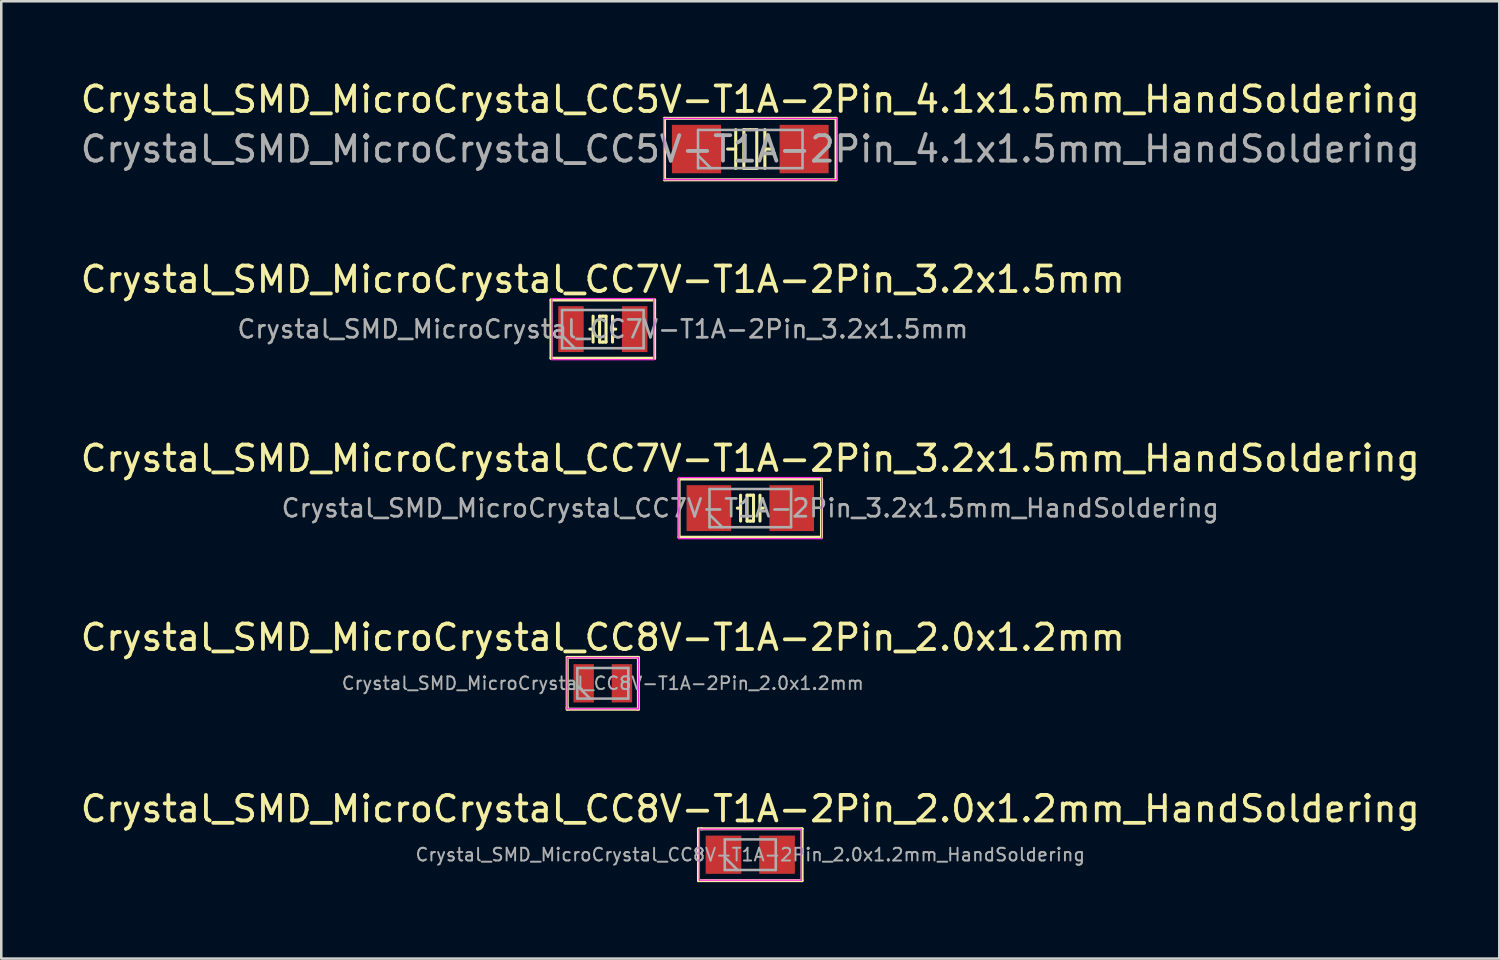
<source format=kicad_pcb>
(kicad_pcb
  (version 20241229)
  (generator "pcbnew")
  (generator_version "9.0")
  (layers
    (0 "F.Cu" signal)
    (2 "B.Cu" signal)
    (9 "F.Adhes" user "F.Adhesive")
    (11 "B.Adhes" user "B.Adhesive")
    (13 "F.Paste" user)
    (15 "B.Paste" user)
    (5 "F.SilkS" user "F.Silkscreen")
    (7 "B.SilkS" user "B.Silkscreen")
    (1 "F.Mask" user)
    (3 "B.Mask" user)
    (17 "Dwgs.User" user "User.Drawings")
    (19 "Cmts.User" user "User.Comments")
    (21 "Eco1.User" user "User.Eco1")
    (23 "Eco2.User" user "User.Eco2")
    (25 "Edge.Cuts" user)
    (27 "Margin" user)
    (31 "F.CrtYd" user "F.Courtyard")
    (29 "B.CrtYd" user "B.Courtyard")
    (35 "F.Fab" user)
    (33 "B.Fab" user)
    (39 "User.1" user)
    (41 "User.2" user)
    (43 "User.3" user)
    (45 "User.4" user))
  (footprint "Crystal_SMD_MicroCrystal_CC7V-T1A-2Pin_3.2x1.5mm_HandSoldering"
    (layer "F.Cu")
    (at 26.387 16.886)
    (property "Reference" "Crystal_SMD_MicroCrystal_CC7V-T1A-2Pin_3.2x1.5mm_HandSoldering" (at 0 -1.95 0) (layer "F.SilkS") (effects (font (size 1 1) (thickness 0.15))))
    (attr smd)
    (fp_line (start -2.794 -1.143) (end -2.794 1.143) (stroke (width 0.12) (type solid)) (layer "F.SilkS"))
    (fp_line (start -2.794 1.143) (end 2.794 1.143) (stroke (width 0.12) (type solid)) (layer "F.SilkS"))
    (fp_line (start -0.508 0) (end -0.381 0) (stroke (width 0.12) (type solid)) (layer "F.SilkS"))
    (fp_line (start -0.381 -0.508) (end -0.381 0) (stroke (width 0.12) (type solid)) (layer "F.SilkS"))
    (fp_line (start -0.381 0.508) (end -0.381 0) (stroke (width 0.12) (type solid)) (layer "F.SilkS"))
    (fp_line (start -0.127 -0.508) (end 0 -0.508) (stroke (width 0.12) (type solid)) (layer "F.SilkS"))
    (fp_line (start -0.127 0.508) (end -0.127 -0.508) (stroke (width 0.12) (type solid)) (layer "F.SilkS"))
    (fp_line (start -0.127 0.508) (end 0 0.508) (stroke (width 0.12) (type solid)) (layer "F.SilkS"))
    (fp_line (start 0.127 -0.508) (end 0 -0.508) (stroke (width 0.12) (type solid)) (layer "F.SilkS"))
    (fp_line (start 0.127 -0.508) (end 0.127 0.508) (stroke (width 0.12) (type solid)) (layer "F.SilkS"))
    (fp_line (start 0.127 0.508) (end 0 0.508) (stroke (width 0.12) (type solid)) (layer "F.SilkS"))
    (fp_line (start 0.381 -0.508) (end 0.381 0) (stroke (width 0.12) (type solid)) (layer "F.SilkS"))
    (fp_line (start 0.381 0.508) (end 0.381 0) (stroke (width 0.12) (type solid)) (layer "F.SilkS"))
    (fp_line (start 0.508 0) (end 0.381 0) (stroke (width 0.12) (type solid)) (layer "F.SilkS"))
    (fp_line (start 2.794 -1.143) (end -2.794 -1.143) (stroke (width 0.12) (type solid)) (layer "F.SilkS"))
    (fp_line (start 2.794 1.143) (end 2.794 -1.143) (stroke (width 0.12) (type solid)) (layer "F.SilkS"))
    (fp_line (start -2.8 -1.2) (end -2.8 1.2) (stroke (width 0.05) (type solid)) (layer "F.CrtYd"))
    (fp_line (start -2.8 1.2) (end 2.8 1.2) (stroke (width 0.05) (type solid)) (layer "F.CrtYd"))
    (fp_line (start 2.8 -1.2) (end -2.8 -1.2) (stroke (width 0.05) (type solid)) (layer "F.CrtYd"))
    (fp_line (start 2.8 1.2) (end 2.8 -1.2) (stroke (width 0.05) (type solid)) (layer "F.CrtYd"))
    (fp_line (start -1.6 -0.75) (end -1.6 0.75) (stroke (width 0.1) (type solid)) (layer "F.Fab"))
    (fp_line (start -1.6 0.25) (end -1.1 0.75) (stroke (width 0.1) (type solid)) (layer "F.Fab"))
    (fp_line (start -1.6 0.75) (end 1.6 0.75) (stroke (width 0.1) (type solid)) (layer "F.Fab"))
    (fp_line (start 1.6 -0.75) (end -1.6 -0.75) (stroke (width 0.1) (type solid)) (layer "F.Fab"))
    (fp_line (start 1.6 0.75) (end 1.6 -0.75) (stroke (width 0.1) (type solid)) (layer "F.Fab"))
    (fp_text user "${REFERENCE}" (at 0 0 0) (layer "F.Fab") (effects (font (size 0.7 0.7) (thickness 0.105))))
    (pad "1" smd rect (at -1.625 0) (size 1.75 1.8) (layers "F.Cu" "F.Mask" "F.Paste"))
    (pad "2" smd rect (at 1.625 0) (size 1.75 1.8) (layers "F.Cu" "F.Mask" "F.Paste")))
  (footprint "Crystal_SMD_MicroCrystal_CC7V-T1A-2Pin_3.2x1.5mm"
    (layer "F.Cu")
    (at 20.601 9.863)
    (property "Reference" "Crystal_SMD_MicroCrystal_CC7V-T1A-2Pin_3.2x1.5mm" (at 0 -1.95 0) (layer "F.SilkS") (effects (font (size 1 1) (thickness 0.15))))
    (attr smd)
    (fp_line (start -2.032 -1.143) (end -2.032 1.143) (stroke (width 0.12) (type solid)) (layer "F.SilkS"))
    (fp_line (start -2.032 1.143) (end 2.032 1.143) (stroke (width 0.12) (type solid)) (layer "F.SilkS"))
    (fp_line (start -0.508 0) (end -0.381 0) (stroke (width 0.12) (type solid)) (layer "F.SilkS"))
    (fp_line (start -0.381 -0.508) (end -0.381 0) (stroke (width 0.12) (type solid)) (layer "F.SilkS"))
    (fp_line (start -0.381 0.508) (end -0.381 0) (stroke (width 0.12) (type solid)) (layer "F.SilkS"))
    (fp_line (start -0.127 -0.508) (end 0 -0.508) (stroke (width 0.12) (type solid)) (layer "F.SilkS"))
    (fp_line (start -0.127 0.508) (end -0.127 -0.508) (stroke (width 0.12) (type solid)) (layer "F.SilkS"))
    (fp_line (start -0.127 0.508) (end 0 0.508) (stroke (width 0.12) (type solid)) (layer "F.SilkS"))
    (fp_line (start 0.127 -0.508) (end 0 -0.508) (stroke (width 0.12) (type solid)) (layer "F.SilkS"))
    (fp_line (start 0.127 -0.508) (end 0.127 0.508) (stroke (width 0.12) (type solid)) (layer "F.SilkS"))
    (fp_line (start 0.127 0.508) (end 0 0.508) (stroke (width 0.12) (type solid)) (layer "F.SilkS"))
    (fp_line (start 0.381 -0.508) (end 0.381 0) (stroke (width 0.12) (type solid)) (layer "F.SilkS"))
    (fp_line (start 0.381 0.508) (end 0.381 0) (stroke (width 0.12) (type solid)) (layer "F.SilkS"))
    (fp_line (start 0.508 0) (end 0.381 0) (stroke (width 0.12) (type solid)) (layer "F.SilkS"))
    (fp_line (start 2.032 -1.143) (end -2.032 -1.143) (stroke (width 0.12) (type solid)) (layer "F.SilkS"))
    (fp_line (start 2.032 1.143) (end 2.032 -1.143) (stroke (width 0.12) (type solid)) (layer "F.SilkS"))
    (fp_line (start -2 -1.2) (end -2 1.2) (stroke (width 0.05) (type solid)) (layer "F.CrtYd"))
    (fp_line (start -2 1.2) (end 2 1.2) (stroke (width 0.05) (type solid)) (layer "F.CrtYd"))
    (fp_line (start 2 -1.2) (end -2 -1.2) (stroke (width 0.05) (type solid)) (layer "F.CrtYd"))
    (fp_line (start 2 1.2) (end 2 -1.2) (stroke (width 0.05) (type solid)) (layer "F.CrtYd"))
    (fp_line (start -1.6 -0.75) (end -1.6 0.75) (stroke (width 0.1) (type solid)) (layer "F.Fab"))
    (fp_line (start -1.6 0.25) (end -1.1 0.75) (stroke (width 0.1) (type solid)) (layer "F.Fab"))
    (fp_line (start -1.6 0.75) (end 1.6 0.75) (stroke (width 0.1) (type solid)) (layer "F.Fab"))
    (fp_line (start 1.6 -0.75) (end -1.6 -0.75) (stroke (width 0.1) (type solid)) (layer "F.Fab"))
    (fp_line (start 1.6 0.75) (end 1.6 -0.75) (stroke (width 0.1) (type solid)) (layer "F.Fab"))
    (fp_text user "${REFERENCE}" (at 0 0 0) (layer "F.Fab") (effects (font (size 0.7 0.7) (thickness 0.105))))
    (pad "1" smd rect (at -1.25 0) (size 1 1.8) (layers "F.Cu" "F.Mask" "F.Paste"))
    (pad "2" smd rect (at 1.25 0) (size 1 1.8) (layers "F.Cu" "F.Mask" "F.Paste")))
  (footprint "Crystal_SMD_MicroCrystal_CC5V-T1A-2Pin_4.1x1.5mm_HandSoldering"
    (layer "F.Cu")
    (at 26.387 2.798)
    (property "Reference" "Crystal_SMD_MicroCrystal_CC5V-T1A-2Pin_4.1x1.5mm_HandSoldering" (at 0 -1.95 0) (layer "F.SilkS") (effects (font (size 1 1) (thickness 0.15))))
    (attr smd)
    (fp_line (start -3.365 -1.206) (end -3.365 0.635) (stroke (width 0.12) (type solid)) (layer "F.SilkS"))
    (fp_line (start -3.365 0.635) (end -3.365 1.143) (stroke (width 0.12) (type solid)) (layer "F.SilkS"))
    (fp_line (start -3.365 1.143) (end -3.365 1.206) (stroke (width 0.12) (type solid)) (layer "F.SilkS"))
    (fp_line (start -3.365 1.206) (end 3.365 1.206) (stroke (width 0.12) (type solid)) (layer "F.SilkS"))
    (fp_line (start -0.889 0) (end -0.572 0) (stroke (width 0.12) (type solid)) (layer "F.SilkS"))
    (fp_line (start -0.572 0) (end -0.572 -0.762) (stroke (width 0.12) (type solid)) (layer "F.SilkS"))
    (fp_line (start -0.572 0) (end -0.572 0.762) (stroke (width 0.12) (type solid)) (layer "F.SilkS"))
    (fp_line (start -0.254 -0.762) (end 0 -0.762) (stroke (width 0.12) (type solid)) (layer "F.SilkS"))
    (fp_line (start -0.254 0.762) (end -0.254 -0.762) (stroke (width 0.12) (type solid)) (layer "F.SilkS"))
    (fp_line (start 0 -0.762) (end 0.254 -0.762) (stroke (width 0.12) (type solid)) (layer "F.SilkS"))
    (fp_line (start 0 0.762) (end -0.254 0.762) (stroke (width 0.12) (type solid)) (layer "F.SilkS"))
    (fp_line (start 0.254 -0.762) (end 0.254 0.762) (stroke (width 0.12) (type solid)) (layer "F.SilkS"))
    (fp_line (start 0.254 0.762) (end 0 0.762) (stroke (width 0.12) (type solid)) (layer "F.SilkS"))
    (fp_line (start 0.572 0) (end 0.572 -0.762) (stroke (width 0.12) (type solid)) (layer "F.SilkS"))
    (fp_line (start 0.572 0) (end 0.572 0.762) (stroke (width 0.12) (type solid)) (layer "F.SilkS"))
    (fp_line (start 0.889 0) (end 0.572 0) (stroke (width 0.12) (type solid)) (layer "F.SilkS"))
    (fp_line (start 3.365 -1.206) (end -3.365 -1.206) (stroke (width 0.12) (type solid)) (layer "F.SilkS"))
    (fp_line (start 3.365 1.206) (end 3.365 -1.206) (stroke (width 0.12) (type solid)) (layer "F.SilkS"))
    (fp_line (start -3.4 -1.2) (end -3.4 1.2) (stroke (width 0.05) (type solid)) (layer "F.CrtYd"))
    (fp_line (start -3.4 1.2) (end 3.4 1.2) (stroke (width 0.05) (type solid)) (layer "F.CrtYd"))
    (fp_line (start 3.4 -1.2) (end -3.4 -1.2) (stroke (width 0.05) (type solid)) (layer "F.CrtYd"))
    (fp_line (start 3.4 1.2) (end 3.4 -1.2) (stroke (width 0.05) (type solid)) (layer "F.CrtYd"))
    (fp_line (start -2.05 -0.75) (end -2.05 0.75) (stroke (width 0.1) (type solid)) (layer "F.Fab"))
    (fp_line (start -2.05 0.25) (end -1.55 0.75) (stroke (width 0.1) (type solid)) (layer "F.Fab"))
    (fp_line (start -2.05 0.75) (end 2.05 0.75) (stroke (width 0.1) (type solid)) (layer "F.Fab"))
    (fp_line (start 2.05 -0.75) (end -2.05 -0.75) (stroke (width 0.1) (type solid)) (layer "F.Fab"))
    (fp_line (start 2.05 0.75) (end 2.05 -0.75) (stroke (width 0.1) (type solid)) (layer "F.Fab"))
    (fp_text user "${REFERENCE}" (at 0 0 0) (layer "F.Fab") (effects (font (size 1 1) (thickness 0.15))))
    (pad "1" smd rect (at -2.112 0) (size 1.925 1.9) (layers "F.Cu" "F.Mask" "F.Paste"))
    (pad "2" smd rect (at 2.112 0) (size 1.925 1.9) (layers "F.Cu" "F.Mask" "F.Paste")))
  (footprint "Crystal_SMD_MicroCrystal_CC8V-T1A-2Pin_2.0x1.2mm"
    (layer "F.Cu")
    (at 20.601 23.759)
    (property "Reference" "Crystal_SMD_MicroCrystal_CC8V-T1A-2Pin_2.0x1.2mm" (at 0 -1.8 0) (layer "F.SilkS") (effects (font (size 1 1) (thickness 0.15))))
    (attr smd)
    (fp_line (start -1.397 -1.016) (end -1.397 0.953) (stroke (width 0.12) (type solid)) (layer "F.SilkS"))
    (fp_line (start -1.397 0.953) (end -1.397 1.016) (stroke (width 0.12) (type solid)) (layer "F.SilkS"))
    (fp_line (start -1.397 1.016) (end 1.397 1.016) (stroke (width 0.12) (type solid)) (layer "F.SilkS"))
    (fp_line (start 1.397 -1.016) (end -1.397 -1.016) (stroke (width 0.12) (type solid)) (layer "F.SilkS"))
    (fp_line (start 1.397 1.016) (end 1.397 -1.016) (stroke (width 0.12) (type solid)) (layer "F.SilkS"))
    (fp_line (start -1.4 -1) (end -1.4 1) (stroke (width 0.05) (type solid)) (layer "F.CrtYd"))
    (fp_line (start -1.4 1) (end 1.4 1) (stroke (width 0.05) (type solid)) (layer "F.CrtYd"))
    (fp_line (start 1.4 -1) (end -1.4 -1) (stroke (width 0.05) (type solid)) (layer "F.CrtYd"))
    (fp_line (start 1.4 1) (end 1.4 -1) (stroke (width 0.05) (type solid)) (layer "F.CrtYd"))
    (fp_line (start -1 -0.6) (end -1 0.6) (stroke (width 0.1) (type solid)) (layer "F.Fab"))
    (fp_line (start -1 0.1) (end -0.5 0.6) (stroke (width 0.1) (type solid)) (layer "F.Fab"))
    (fp_line (start -1 0.6) (end 1 0.6) (stroke (width 0.1) (type solid)) (layer "F.Fab"))
    (fp_line (start 1 -0.6) (end -1 -0.6) (stroke (width 0.1) (type solid)) (layer "F.Fab"))
    (fp_line (start 1 0.6) (end 1 -0.6) (stroke (width 0.1) (type solid)) (layer "F.Fab"))
    (fp_text user "${REFERENCE}" (at 0 0 0) (layer "F.Fab") (effects (font (size 0.5 0.5) (thickness 0.075))))
    (pad "1" smd rect (at -0.75 0) (size 0.8 1.5) (layers "F.Cu" "F.Mask" "F.Paste"))
    (pad "2" smd rect (at 0.75 0) (size 0.8 1.5) (layers "F.Cu" "F.Mask" "F.Paste")))
  (footprint "Crystal_SMD_MicroCrystal_CC8V-T1A-2Pin_2.0x1.2mm_HandSoldering"
    (layer "F.Cu")
    (at 26.387 30.484)
    (property "Reference" "Crystal_SMD_MicroCrystal_CC8V-T1A-2Pin_2.0x1.2mm_HandSoldering" (at 0 -1.8 0) (layer "F.SilkS") (effects (font (size 1 1) (thickness 0.15))))
    (attr smd)
    (fp_line (start -2.032 -1.016) (end -2.032 1.016) (stroke (width 0.12) (type solid)) (layer "F.SilkS"))
    (fp_line (start -2.032 1.016) (end 2.032 1.016) (stroke (width 0.12) (type solid)) (layer "F.SilkS"))
    (fp_line (start -1.905 -1.016) (end -2.032 -1.016) (stroke (width 0.12) (type solid)) (layer "F.SilkS"))
    (fp_line (start 2.032 -1.016) (end -1.905 -1.016) (stroke (width 0.12) (type solid)) (layer "F.SilkS"))
    (fp_line (start 2.032 1.016) (end 2.032 -1.016) (stroke (width 0.12) (type solid)) (layer "F.SilkS"))
    (fp_line (start -2 -1) (end -2 1) (stroke (width 0.05) (type solid)) (layer "F.CrtYd"))
    (fp_line (start -2 1) (end 2 1) (stroke (width 0.05) (type solid)) (layer "F.CrtYd"))
    (fp_line (start 2 -1) (end -2 -1) (stroke (width 0.05) (type solid)) (layer "F.CrtYd"))
    (fp_line (start 2 1) (end 2 -1) (stroke (width 0.05) (type solid)) (layer "F.CrtYd"))
    (fp_line (start -1 -0.6) (end -1 0.6) (stroke (width 0.1) (type solid)) (layer "F.Fab"))
    (fp_line (start -1 0.1) (end -0.5 0.6) (stroke (width 0.1) (type solid)) (layer "F.Fab"))
    (fp_line (start -1 0.6) (end 1 0.6) (stroke (width 0.1) (type solid)) (layer "F.Fab"))
    (fp_line (start 1 -0.6) (end -1 -0.6) (stroke (width 0.1) (type solid)) (layer "F.Fab"))
    (fp_line (start 1 0.6) (end 1 -0.6) (stroke (width 0.1) (type solid)) (layer "F.Fab"))
    (fp_text user "${REFERENCE}" (at 0 0 0) (layer "F.Fab") (effects (font (size 0.5 0.5) (thickness 0.075))))
    (pad "1" smd rect (at -1.05 0) (size 1.4 1.5) (layers "F.Cu" "F.Mask" "F.Paste"))
    (pad "2" smd rect (at 1.05 0) (size 1.4 1.5) (layers "F.Cu" "F.Mask" "F.Paste")))
  (gr_rect
    (start -3 -3)
    (end 55.774 34.56)
    (stroke (width 0.1) (type default))
    (fill no)
    (layer "Edge.Cuts")))
</source>
